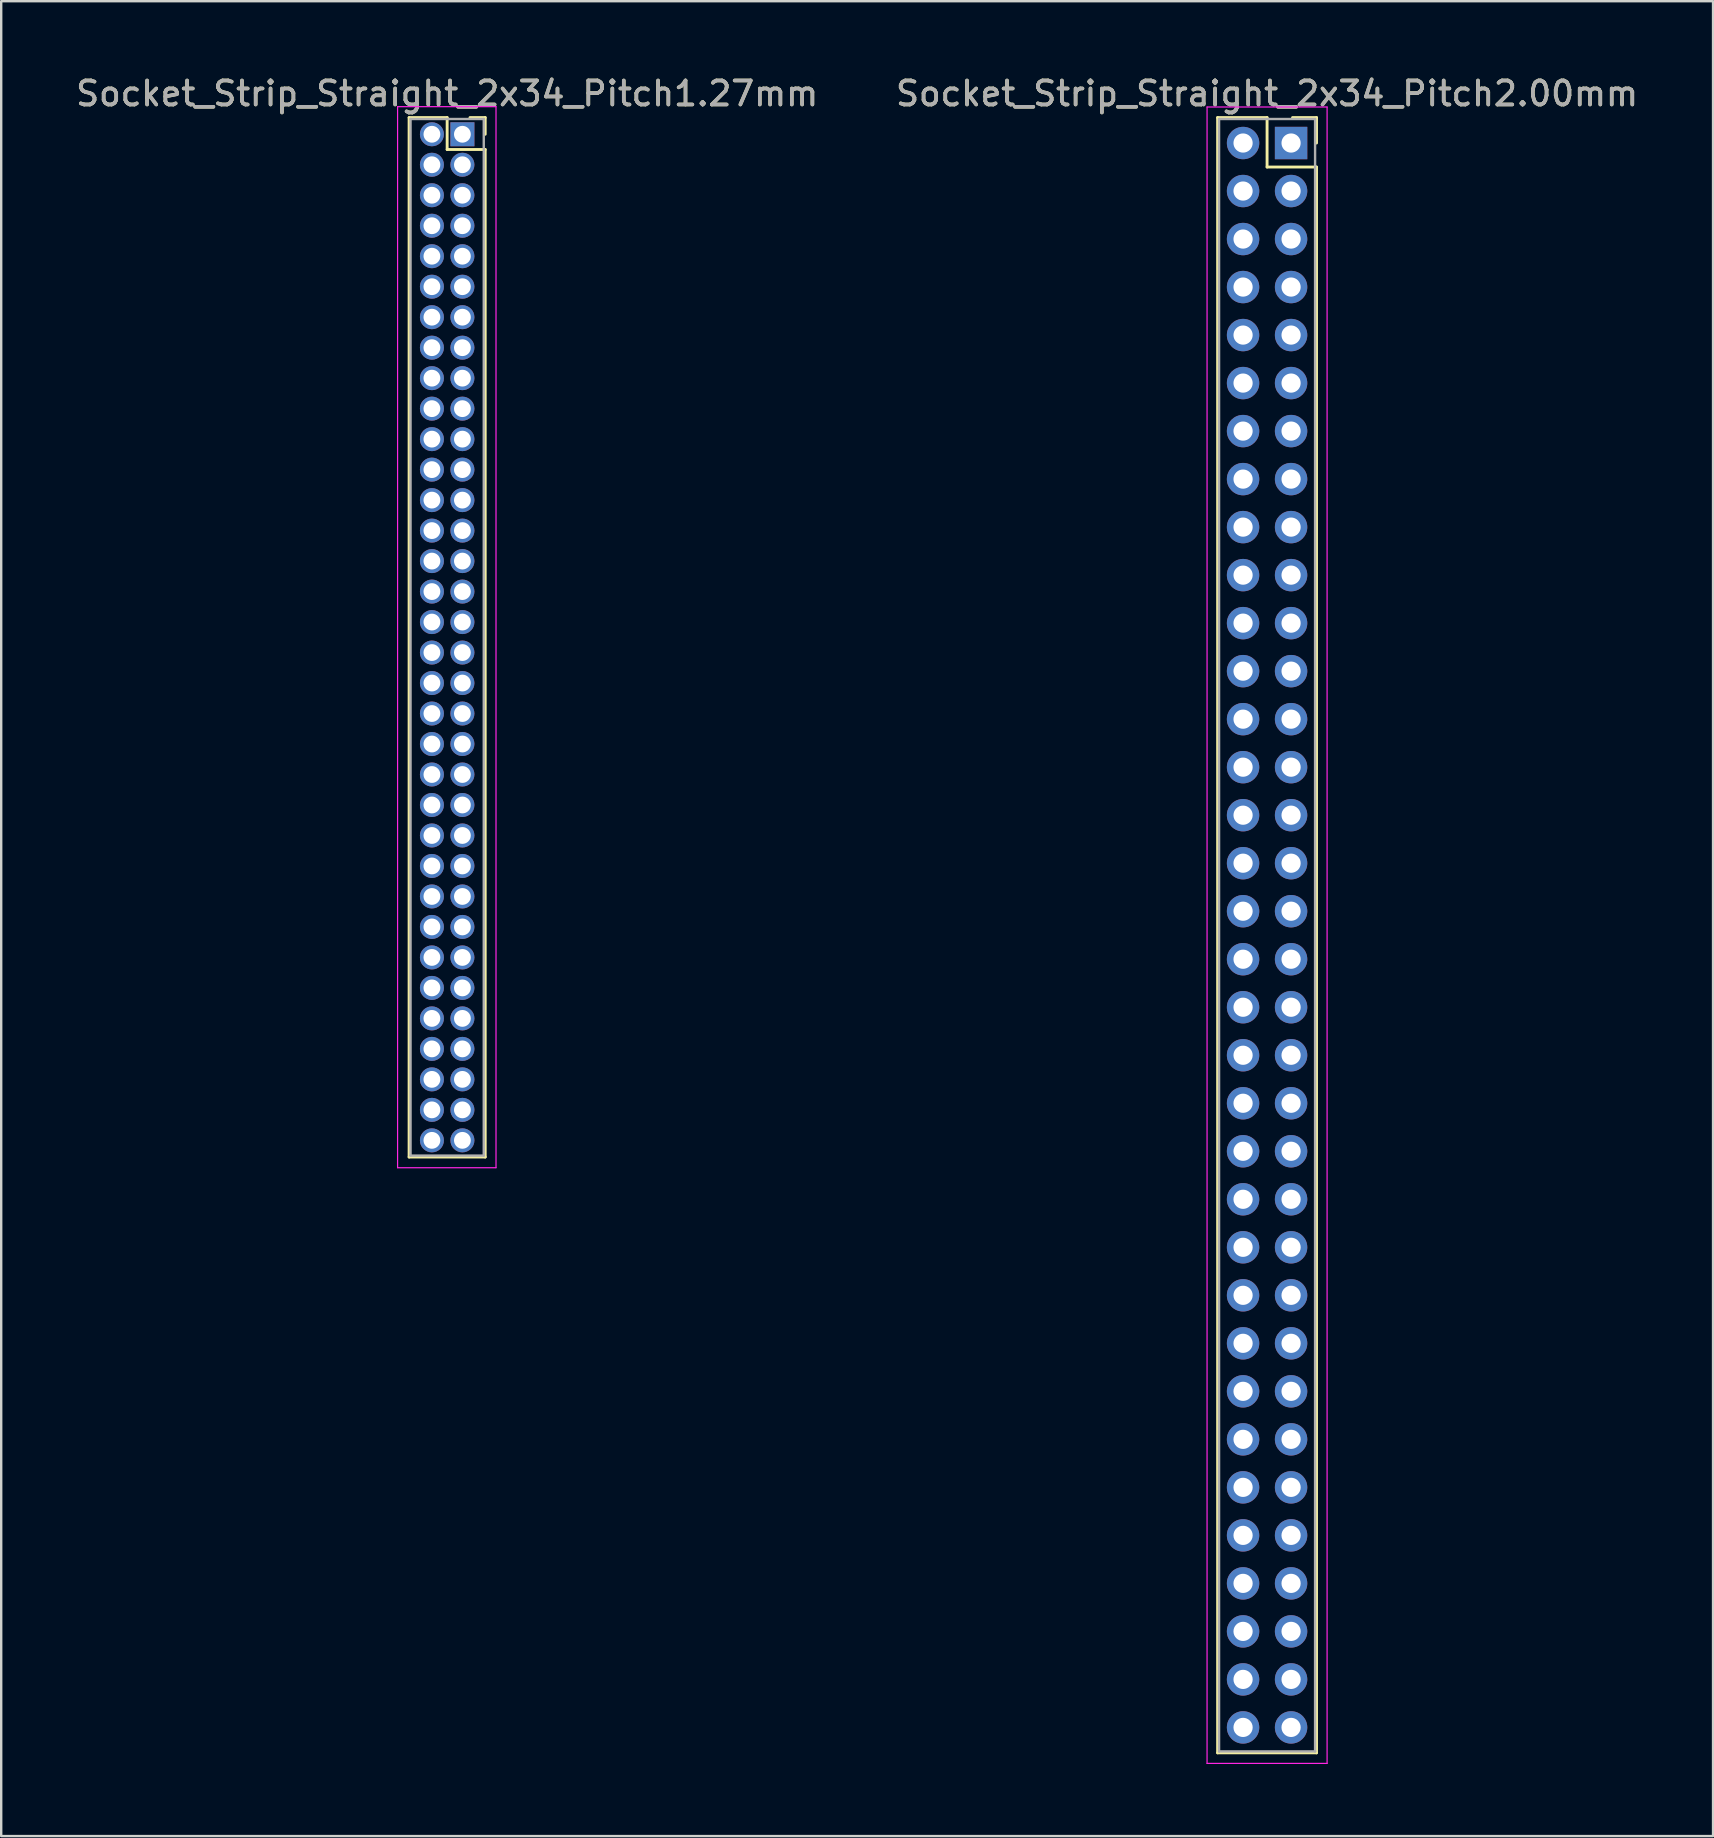
<source format=kicad_pcb>
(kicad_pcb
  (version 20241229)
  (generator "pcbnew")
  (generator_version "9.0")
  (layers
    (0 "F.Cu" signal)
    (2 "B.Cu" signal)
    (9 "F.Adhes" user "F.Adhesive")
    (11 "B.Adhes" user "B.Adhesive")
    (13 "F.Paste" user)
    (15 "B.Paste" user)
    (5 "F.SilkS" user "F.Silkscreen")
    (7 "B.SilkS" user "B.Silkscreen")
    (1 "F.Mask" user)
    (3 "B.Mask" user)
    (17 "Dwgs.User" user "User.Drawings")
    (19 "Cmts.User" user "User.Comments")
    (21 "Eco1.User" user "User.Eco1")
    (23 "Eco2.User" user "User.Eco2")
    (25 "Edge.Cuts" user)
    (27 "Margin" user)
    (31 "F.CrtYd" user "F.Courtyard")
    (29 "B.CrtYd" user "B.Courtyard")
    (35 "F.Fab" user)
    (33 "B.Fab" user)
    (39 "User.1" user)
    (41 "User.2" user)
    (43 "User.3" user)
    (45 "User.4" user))
  (footprint "Socket_Strip_Straight_2x34_Pitch2.00mm"
    (layer "F.Cu")
    (at 50.732 2.908)
    (property "Reference" "Socket_Strip_Straight_2x34_Pitch2.00mm" (at -1 -2.06 0) (layer "F.SilkS") (effects (font (size 1 1) (thickness 0.15))))
    (attr through_hole)
    (fp_line (start -3.06 -1.06) (end -1 -1.06) (stroke (width 0.12) (type solid)) (layer "F.SilkS"))
    (fp_line (start -3.06 67.06) (end -3.06 -1.06) (stroke (width 0.12) (type solid)) (layer "F.SilkS"))
    (fp_line (start -1 -1.06) (end -1 1) (stroke (width 0.12) (type solid)) (layer "F.SilkS"))
    (fp_line (start -1 1) (end 1.06 1) (stroke (width 0.12) (type solid)) (layer "F.SilkS"))
    (fp_line (start 1.06 -1.06) (end 0.06 -1.06) (stroke (width 0.12) (type solid)) (layer "F.SilkS"))
    (fp_line (start 1.06 0) (end 1.06 -1.06) (stroke (width 0.12) (type solid)) (layer "F.SilkS"))
    (fp_line (start 1.06 1) (end 1.06 67.06) (stroke (width 0.12) (type solid)) (layer "F.SilkS"))
    (fp_line (start 1.06 67.06) (end -3.06 67.06) (stroke (width 0.12) (type solid)) (layer "F.SilkS"))
    (fp_line (start -3.5 -1.5) (end -3.5 67.5) (stroke (width 0.05) (type solid)) (layer "F.CrtYd"))
    (fp_line (start -3.5 67.5) (end 1.5 67.5) (stroke (width 0.05) (type solid)) (layer "F.CrtYd"))
    (fp_line (start 1.5 -1.5) (end -3.5 -1.5) (stroke (width 0.05) (type solid)) (layer "F.CrtYd"))
    (fp_line (start 1.5 67.5) (end 1.5 -1.5) (stroke (width 0.05) (type solid)) (layer "F.CrtYd"))
    (fp_line (start -3 -1) (end -3 67) (stroke (width 0.1) (type solid)) (layer "F.Fab"))
    (fp_line (start -3 67) (end 1 67) (stroke (width 0.1) (type solid)) (layer "F.Fab"))
    (fp_line (start 1 -1) (end -3 -1) (stroke (width 0.1) (type solid)) (layer "F.Fab"))
    (fp_line (start 1 67) (end 1 -1) (stroke (width 0.1) (type solid)) (layer "F.Fab"))
    (fp_text user "${REFERENCE}" (at -1 -2.06 0) (layer "F.Fab") (effects (font (size 1 1) (thickness 0.15))))
    (pad "1" thru_hole rect (at 0 0) (size 1.35 1.35) (drill 0.8) (layers "*.Cu" "*.Mask"))
    (pad "2" thru_hole oval (at -2 0) (size 1.35 1.35) (drill 0.8) (layers "*.Cu" "*.Mask"))
    (pad "3" thru_hole oval (at 0 2) (size 1.35 1.35) (drill 0.8) (layers "*.Cu" "*.Mask"))
    (pad "4" thru_hole oval (at -2 2) (size 1.35 1.35) (drill 0.8) (layers "*.Cu" "*.Mask"))
    (pad "5" thru_hole oval (at 0 4) (size 1.35 1.35) (drill 0.8) (layers "*.Cu" "*.Mask"))
    (pad "6" thru_hole oval (at -2 4) (size 1.35 1.35) (drill 0.8) (layers "*.Cu" "*.Mask"))
    (pad "7" thru_hole oval (at 0 6) (size 1.35 1.35) (drill 0.8) (layers "*.Cu" "*.Mask"))
    (pad "8" thru_hole oval (at -2 6) (size 1.35 1.35) (drill 0.8) (layers "*.Cu" "*.Mask"))
    (pad "9" thru_hole oval (at 0 8) (size 1.35 1.35) (drill 0.8) (layers "*.Cu" "*.Mask"))
    (pad "10" thru_hole oval (at -2 8) (size 1.35 1.35) (drill 0.8) (layers "*.Cu" "*.Mask"))
    (pad "11" thru_hole oval (at 0 10) (size 1.35 1.35) (drill 0.8) (layers "*.Cu" "*.Mask"))
    (pad "12" thru_hole oval (at -2 10) (size 1.35 1.35) (drill 0.8) (layers "*.Cu" "*.Mask"))
    (pad "13" thru_hole oval (at 0 12) (size 1.35 1.35) (drill 0.8) (layers "*.Cu" "*.Mask"))
    (pad "14" thru_hole oval (at -2 12) (size 1.35 1.35) (drill 0.8) (layers "*.Cu" "*.Mask"))
    (pad "15" thru_hole oval (at 0 14) (size 1.35 1.35) (drill 0.8) (layers "*.Cu" "*.Mask"))
    (pad "16" thru_hole oval (at -2 14) (size 1.35 1.35) (drill 0.8) (layers "*.Cu" "*.Mask"))
    (pad "17" thru_hole oval (at 0 16) (size 1.35 1.35) (drill 0.8) (layers "*.Cu" "*.Mask"))
    (pad "18" thru_hole oval (at -2 16) (size 1.35 1.35) (drill 0.8) (layers "*.Cu" "*.Mask"))
    (pad "19" thru_hole oval (at 0 18) (size 1.35 1.35) (drill 0.8) (layers "*.Cu" "*.Mask"))
    (pad "20" thru_hole oval (at -2 18) (size 1.35 1.35) (drill 0.8) (layers "*.Cu" "*.Mask"))
    (pad "21" thru_hole oval (at 0 20) (size 1.35 1.35) (drill 0.8) (layers "*.Cu" "*.Mask"))
    (pad "22" thru_hole oval (at -2 20) (size 1.35 1.35) (drill 0.8) (layers "*.Cu" "*.Mask"))
    (pad "23" thru_hole oval (at 0 22) (size 1.35 1.35) (drill 0.8) (layers "*.Cu" "*.Mask"))
    (pad "24" thru_hole oval (at -2 22) (size 1.35 1.35) (drill 0.8) (layers "*.Cu" "*.Mask"))
    (pad "25" thru_hole oval (at 0 24) (size 1.35 1.35) (drill 0.8) (layers "*.Cu" "*.Mask"))
    (pad "26" thru_hole oval (at -2 24) (size 1.35 1.35) (drill 0.8) (layers "*.Cu" "*.Mask"))
    (pad "27" thru_hole oval (at 0 26) (size 1.35 1.35) (drill 0.8) (layers "*.Cu" "*.Mask"))
    (pad "28" thru_hole oval (at -2 26) (size 1.35 1.35) (drill 0.8) (layers "*.Cu" "*.Mask"))
    (pad "29" thru_hole oval (at 0 28) (size 1.35 1.35) (drill 0.8) (layers "*.Cu" "*.Mask"))
    (pad "30" thru_hole oval (at -2 28) (size 1.35 1.35) (drill 0.8) (layers "*.Cu" "*.Mask"))
    (pad "31" thru_hole oval (at 0 30) (size 1.35 1.35) (drill 0.8) (layers "*.Cu" "*.Mask"))
    (pad "32" thru_hole oval (at -2 30) (size 1.35 1.35) (drill 0.8) (layers "*.Cu" "*.Mask"))
    (pad "33" thru_hole oval (at 0 32) (size 1.35 1.35) (drill 0.8) (layers "*.Cu" "*.Mask"))
    (pad "34" thru_hole oval (at -2 32) (size 1.35 1.35) (drill 0.8) (layers "*.Cu" "*.Mask"))
    (pad "35" thru_hole oval (at 0 34) (size 1.35 1.35) (drill 0.8) (layers "*.Cu" "*.Mask"))
    (pad "36" thru_hole oval (at -2 34) (size 1.35 1.35) (drill 0.8) (layers "*.Cu" "*.Mask"))
    (pad "37" thru_hole oval (at 0 36) (size 1.35 1.35) (drill 0.8) (layers "*.Cu" "*.Mask"))
    (pad "38" thru_hole oval (at -2 36) (size 1.35 1.35) (drill 0.8) (layers "*.Cu" "*.Mask"))
    (pad "39" thru_hole oval (at 0 38) (size 1.35 1.35) (drill 0.8) (layers "*.Cu" "*.Mask"))
    (pad "40" thru_hole oval (at -2 38) (size 1.35 1.35) (drill 0.8) (layers "*.Cu" "*.Mask"))
    (pad "41" thru_hole oval (at 0 40) (size 1.35 1.35) (drill 0.8) (layers "*.Cu" "*.Mask"))
    (pad "42" thru_hole oval (at -2 40) (size 1.35 1.35) (drill 0.8) (layers "*.Cu" "*.Mask"))
    (pad "43" thru_hole oval (at 0 42) (size 1.35 1.35) (drill 0.8) (layers "*.Cu" "*.Mask"))
    (pad "44" thru_hole oval (at -2 42) (size 1.35 1.35) (drill 0.8) (layers "*.Cu" "*.Mask"))
    (pad "45" thru_hole oval (at 0 44) (size 1.35 1.35) (drill 0.8) (layers "*.Cu" "*.Mask"))
    (pad "46" thru_hole oval (at -2 44) (size 1.35 1.35) (drill 0.8) (layers "*.Cu" "*.Mask"))
    (pad "47" thru_hole oval (at 0 46) (size 1.35 1.35) (drill 0.8) (layers "*.Cu" "*.Mask"))
    (pad "48" thru_hole oval (at -2 46) (size 1.35 1.35) (drill 0.8) (layers "*.Cu" "*.Mask"))
    (pad "49" thru_hole oval (at 0 48) (size 1.35 1.35) (drill 0.8) (layers "*.Cu" "*.Mask"))
    (pad "50" thru_hole oval (at -2 48) (size 1.35 1.35) (drill 0.8) (layers "*.Cu" "*.Mask"))
    (pad "51" thru_hole oval (at 0 50) (size 1.35 1.35) (drill 0.8) (layers "*.Cu" "*.Mask"))
    (pad "52" thru_hole oval (at -2 50) (size 1.35 1.35) (drill 0.8) (layers "*.Cu" "*.Mask"))
    (pad "53" thru_hole oval (at 0 52) (size 1.35 1.35) (drill 0.8) (layers "*.Cu" "*.Mask"))
    (pad "54" thru_hole oval (at -2 52) (size 1.35 1.35) (drill 0.8) (layers "*.Cu" "*.Mask"))
    (pad "55" thru_hole oval (at 0 54) (size 1.35 1.35) (drill 0.8) (layers "*.Cu" "*.Mask"))
    (pad "56" thru_hole oval (at -2 54) (size 1.35 1.35) (drill 0.8) (layers "*.Cu" "*.Mask"))
    (pad "57" thru_hole oval (at 0 56) (size 1.35 1.35) (drill 0.8) (layers "*.Cu" "*.Mask"))
    (pad "58" thru_hole oval (at -2 56) (size 1.35 1.35) (drill 0.8) (layers "*.Cu" "*.Mask"))
    (pad "59" thru_hole oval (at 0 58) (size 1.35 1.35) (drill 0.8) (layers "*.Cu" "*.Mask"))
    (pad "60" thru_hole oval (at -2 58) (size 1.35 1.35) (drill 0.8) (layers "*.Cu" "*.Mask"))
    (pad "61" thru_hole oval (at 0 60) (size 1.35 1.35) (drill 0.8) (layers "*.Cu" "*.Mask"))
    (pad "62" thru_hole oval (at -2 60) (size 1.35 1.35) (drill 0.8) (layers "*.Cu" "*.Mask"))
    (pad "63" thru_hole oval (at 0 62) (size 1.35 1.35) (drill 0.8) (layers "*.Cu" "*.Mask"))
    (pad "64" thru_hole oval (at -2 62) (size 1.35 1.35) (drill 0.8) (layers "*.Cu" "*.Mask"))
    (pad "65" thru_hole oval (at 0 64) (size 1.35 1.35) (drill 0.8) (layers "*.Cu" "*.Mask"))
    (pad "66" thru_hole oval (at -2 64) (size 1.35 1.35) (drill 0.8) (layers "*.Cu" "*.Mask"))
    (pad "67" thru_hole oval (at 0 66) (size 1.35 1.35) (drill 0.8) (layers "*.Cu" "*.Mask"))
    (pad "68" thru_hole oval (at -2 66) (size 1.35 1.35) (drill 0.8) (layers "*.Cu" "*.Mask")))
  (footprint "Socket_Strip_Straight_2x34_Pitch1.27mm"
    (layer "F.Cu")
    (at 16.212 2.543)
    (property "Reference" "Socket_Strip_Straight_2x34_Pitch1.27mm" (at -0.635 -1.695 0) (layer "F.SilkS") (effects (font (size 1 1) (thickness 0.15))))
    (attr through_hole)
    (fp_line (start -2.22 -0.695) (end -0.635 -0.695) (stroke (width 0.12) (type solid)) (layer "F.SilkS"))
    (fp_line (start -2.22 42.605) (end -2.22 -0.695) (stroke (width 0.12) (type solid)) (layer "F.SilkS"))
    (fp_line (start -0.635 -0.695) (end -0.635 0.635) (stroke (width 0.12) (type solid)) (layer "F.SilkS"))
    (fp_line (start -0.635 0.635) (end 0.95 0.635) (stroke (width 0.12) (type solid)) (layer "F.SilkS"))
    (fp_line (start 0.95 -0.695) (end 0.315 -0.695) (stroke (width 0.12) (type solid)) (layer "F.SilkS"))
    (fp_line (start 0.95 0) (end 0.95 -0.695) (stroke (width 0.12) (type solid)) (layer "F.SilkS"))
    (fp_line (start 0.95 0.635) (end 0.95 42.605) (stroke (width 0.12) (type solid)) (layer "F.SilkS"))
    (fp_line (start 0.95 42.605) (end -2.22 42.605) (stroke (width 0.12) (type solid)) (layer "F.SilkS"))
    (fp_line (start -2.7 -1.15) (end -2.7 43.05) (stroke (width 0.05) (type solid)) (layer "F.CrtYd"))
    (fp_line (start -2.7 43.05) (end 1.4 43.05) (stroke (width 0.05) (type solid)) (layer "F.CrtYd"))
    (fp_line (start 1.4 -1.15) (end -2.7 -1.15) (stroke (width 0.05) (type solid)) (layer "F.CrtYd"))
    (fp_line (start 1.4 43.05) (end 1.4 -1.15) (stroke (width 0.05) (type solid)) (layer "F.CrtYd"))
    (fp_line (start -2.16 -0.635) (end -2.16 42.545) (stroke (width 0.1) (type solid)) (layer "F.Fab"))
    (fp_line (start -2.16 42.545) (end 0.89 42.545) (stroke (width 0.1) (type solid)) (layer "F.Fab"))
    (fp_line (start 0.89 -0.635) (end -2.16 -0.635) (stroke (width 0.1) (type solid)) (layer "F.Fab"))
    (fp_line (start 0.89 42.545) (end 0.89 -0.635) (stroke (width 0.1) (type solid)) (layer "F.Fab"))
    (fp_text user "${REFERENCE}" (at -0.635 -1.695 0) (layer "F.Fab") (effects (font (size 1 1) (thickness 0.15))))
    (pad "1" thru_hole rect (at 0 0) (size 1 1) (drill 0.7) (layers "*.Cu" "*.Mask"))
    (pad "2" thru_hole oval (at -1.27 0) (size 1 1) (drill 0.7) (layers "*.Cu" "*.Mask"))
    (pad "3" thru_hole oval (at 0 1.27) (size 1 1) (drill 0.7) (layers "*.Cu" "*.Mask"))
    (pad "4" thru_hole oval (at -1.27 1.27) (size 1 1) (drill 0.7) (layers "*.Cu" "*.Mask"))
    (pad "5" thru_hole oval (at 0 2.54) (size 1 1) (drill 0.7) (layers "*.Cu" "*.Mask"))
    (pad "6" thru_hole oval (at -1.27 2.54) (size 1 1) (drill 0.7) (layers "*.Cu" "*.Mask"))
    (pad "7" thru_hole oval (at 0 3.81) (size 1 1) (drill 0.7) (layers "*.Cu" "*.Mask"))
    (pad "8" thru_hole oval (at -1.27 3.81) (size 1 1) (drill 0.7) (layers "*.Cu" "*.Mask"))
    (pad "9" thru_hole oval (at 0 5.08) (size 1 1) (drill 0.7) (layers "*.Cu" "*.Mask"))
    (pad "10" thru_hole oval (at -1.27 5.08) (size 1 1) (drill 0.7) (layers "*.Cu" "*.Mask"))
    (pad "11" thru_hole oval (at 0 6.35) (size 1 1) (drill 0.7) (layers "*.Cu" "*.Mask"))
    (pad "12" thru_hole oval (at -1.27 6.35) (size 1 1) (drill 0.7) (layers "*.Cu" "*.Mask"))
    (pad "13" thru_hole oval (at 0 7.62) (size 1 1) (drill 0.7) (layers "*.Cu" "*.Mask"))
    (pad "14" thru_hole oval (at -1.27 7.62) (size 1 1) (drill 0.7) (layers "*.Cu" "*.Mask"))
    (pad "15" thru_hole oval (at 0 8.89) (size 1 1) (drill 0.7) (layers "*.Cu" "*.Mask"))
    (pad "16" thru_hole oval (at -1.27 8.89) (size 1 1) (drill 0.7) (layers "*.Cu" "*.Mask"))
    (pad "17" thru_hole oval (at 0 10.16) (size 1 1) (drill 0.7) (layers "*.Cu" "*.Mask"))
    (pad "18" thru_hole oval (at -1.27 10.16) (size 1 1) (drill 0.7) (layers "*.Cu" "*.Mask"))
    (pad "19" thru_hole oval (at 0 11.43) (size 1 1) (drill 0.7) (layers "*.Cu" "*.Mask"))
    (pad "20" thru_hole oval (at -1.27 11.43) (size 1 1) (drill 0.7) (layers "*.Cu" "*.Mask"))
    (pad "21" thru_hole oval (at 0 12.7) (size 1 1) (drill 0.7) (layers "*.Cu" "*.Mask"))
    (pad "22" thru_hole oval (at -1.27 12.7) (size 1 1) (drill 0.7) (layers "*.Cu" "*.Mask"))
    (pad "23" thru_hole oval (at 0 13.97) (size 1 1) (drill 0.7) (layers "*.Cu" "*.Mask"))
    (pad "24" thru_hole oval (at -1.27 13.97) (size 1 1) (drill 0.7) (layers "*.Cu" "*.Mask"))
    (pad "25" thru_hole oval (at 0 15.24) (size 1 1) (drill 0.7) (layers "*.Cu" "*.Mask"))
    (pad "26" thru_hole oval (at -1.27 15.24) (size 1 1) (drill 0.7) (layers "*.Cu" "*.Mask"))
    (pad "27" thru_hole oval (at 0 16.51) (size 1 1) (drill 0.7) (layers "*.Cu" "*.Mask"))
    (pad "28" thru_hole oval (at -1.27 16.51) (size 1 1) (drill 0.7) (layers "*.Cu" "*.Mask"))
    (pad "29" thru_hole oval (at 0 17.78) (size 1 1) (drill 0.7) (layers "*.Cu" "*.Mask"))
    (pad "30" thru_hole oval (at -1.27 17.78) (size 1 1) (drill 0.7) (layers "*.Cu" "*.Mask"))
    (pad "31" thru_hole oval (at 0 19.05) (size 1 1) (drill 0.7) (layers "*.Cu" "*.Mask"))
    (pad "32" thru_hole oval (at -1.27 19.05) (size 1 1) (drill 0.7) (layers "*.Cu" "*.Mask"))
    (pad "33" thru_hole oval (at 0 20.32) (size 1 1) (drill 0.7) (layers "*.Cu" "*.Mask"))
    (pad "34" thru_hole oval (at -1.27 20.32) (size 1 1) (drill 0.7) (layers "*.Cu" "*.Mask"))
    (pad "35" thru_hole oval (at 0 21.59) (size 1 1) (drill 0.7) (layers "*.Cu" "*.Mask"))
    (pad "36" thru_hole oval (at -1.27 21.59) (size 1 1) (drill 0.7) (layers "*.Cu" "*.Mask"))
    (pad "37" thru_hole oval (at 0 22.86) (size 1 1) (drill 0.7) (layers "*.Cu" "*.Mask"))
    (pad "38" thru_hole oval (at -1.27 22.86) (size 1 1) (drill 0.7) (layers "*.Cu" "*.Mask"))
    (pad "39" thru_hole oval (at 0 24.13) (size 1 1) (drill 0.7) (layers "*.Cu" "*.Mask"))
    (pad "40" thru_hole oval (at -1.27 24.13) (size 1 1) (drill 0.7) (layers "*.Cu" "*.Mask"))
    (pad "41" thru_hole oval (at 0 25.4) (size 1 1) (drill 0.7) (layers "*.Cu" "*.Mask"))
    (pad "42" thru_hole oval (at -1.27 25.4) (size 1 1) (drill 0.7) (layers "*.Cu" "*.Mask"))
    (pad "43" thru_hole oval (at 0 26.67) (size 1 1) (drill 0.7) (layers "*.Cu" "*.Mask"))
    (pad "44" thru_hole oval (at -1.27 26.67) (size 1 1) (drill 0.7) (layers "*.Cu" "*.Mask"))
    (pad "45" thru_hole oval (at 0 27.94) (size 1 1) (drill 0.7) (layers "*.Cu" "*.Mask"))
    (pad "46" thru_hole oval (at -1.27 27.94) (size 1 1) (drill 0.7) (layers "*.Cu" "*.Mask"))
    (pad "47" thru_hole oval (at 0 29.21) (size 1 1) (drill 0.7) (layers "*.Cu" "*.Mask"))
    (pad "48" thru_hole oval (at -1.27 29.21) (size 1 1) (drill 0.7) (layers "*.Cu" "*.Mask"))
    (pad "49" thru_hole oval (at 0 30.48) (size 1 1) (drill 0.7) (layers "*.Cu" "*.Mask"))
    (pad "50" thru_hole oval (at -1.27 30.48) (size 1 1) (drill 0.7) (layers "*.Cu" "*.Mask"))
    (pad "51" thru_hole oval (at 0 31.75) (size 1 1) (drill 0.7) (layers "*.Cu" "*.Mask"))
    (pad "52" thru_hole oval (at -1.27 31.75) (size 1 1) (drill 0.7) (layers "*.Cu" "*.Mask"))
    (pad "53" thru_hole oval (at 0 33.02) (size 1 1) (drill 0.7) (layers "*.Cu" "*.Mask"))
    (pad "54" thru_hole oval (at -1.27 33.02) (size 1 1) (drill 0.7) (layers "*.Cu" "*.Mask"))
    (pad "55" thru_hole oval (at 0 34.29) (size 1 1) (drill 0.7) (layers "*.Cu" "*.Mask"))
    (pad "56" thru_hole oval (at -1.27 34.29) (size 1 1) (drill 0.7) (layers "*.Cu" "*.Mask"))
    (pad "57" thru_hole oval (at 0 35.56) (size 1 1) (drill 0.7) (layers "*.Cu" "*.Mask"))
    (pad "58" thru_hole oval (at -1.27 35.56) (size 1 1) (drill 0.7) (layers "*.Cu" "*.Mask"))
    (pad "59" thru_hole oval (at 0 36.83) (size 1 1) (drill 0.7) (layers "*.Cu" "*.Mask"))
    (pad "60" thru_hole oval (at -1.27 36.83) (size 1 1) (drill 0.7) (layers "*.Cu" "*.Mask"))
    (pad "61" thru_hole oval (at 0 38.1) (size 1 1) (drill 0.7) (layers "*.Cu" "*.Mask"))
    (pad "62" thru_hole oval (at -1.27 38.1) (size 1 1) (drill 0.7) (layers "*.Cu" "*.Mask"))
    (pad "63" thru_hole oval (at 0 39.37) (size 1 1) (drill 0.7) (layers "*.Cu" "*.Mask"))
    (pad "64" thru_hole oval (at -1.27 39.37) (size 1 1) (drill 0.7) (layers "*.Cu" "*.Mask"))
    (pad "65" thru_hole oval (at 0 40.64) (size 1 1) (drill 0.7) (layers "*.Cu" "*.Mask"))
    (pad "66" thru_hole oval (at -1.27 40.64) (size 1 1) (drill 0.7) (layers "*.Cu" "*.Mask"))
    (pad "67" thru_hole oval (at 0 41.91) (size 1 1) (drill 0.7) (layers "*.Cu" "*.Mask"))
    (pad "68" thru_hole oval (at -1.27 41.91) (size 1 1) (drill 0.7) (layers "*.Cu" "*.Mask")))
  (gr_rect
    (start -3 -3)
    (end 68.31 73.433)
    (stroke (width 0.1) (type default))
    (fill no)
    (layer "Edge.Cuts")))
</source>
